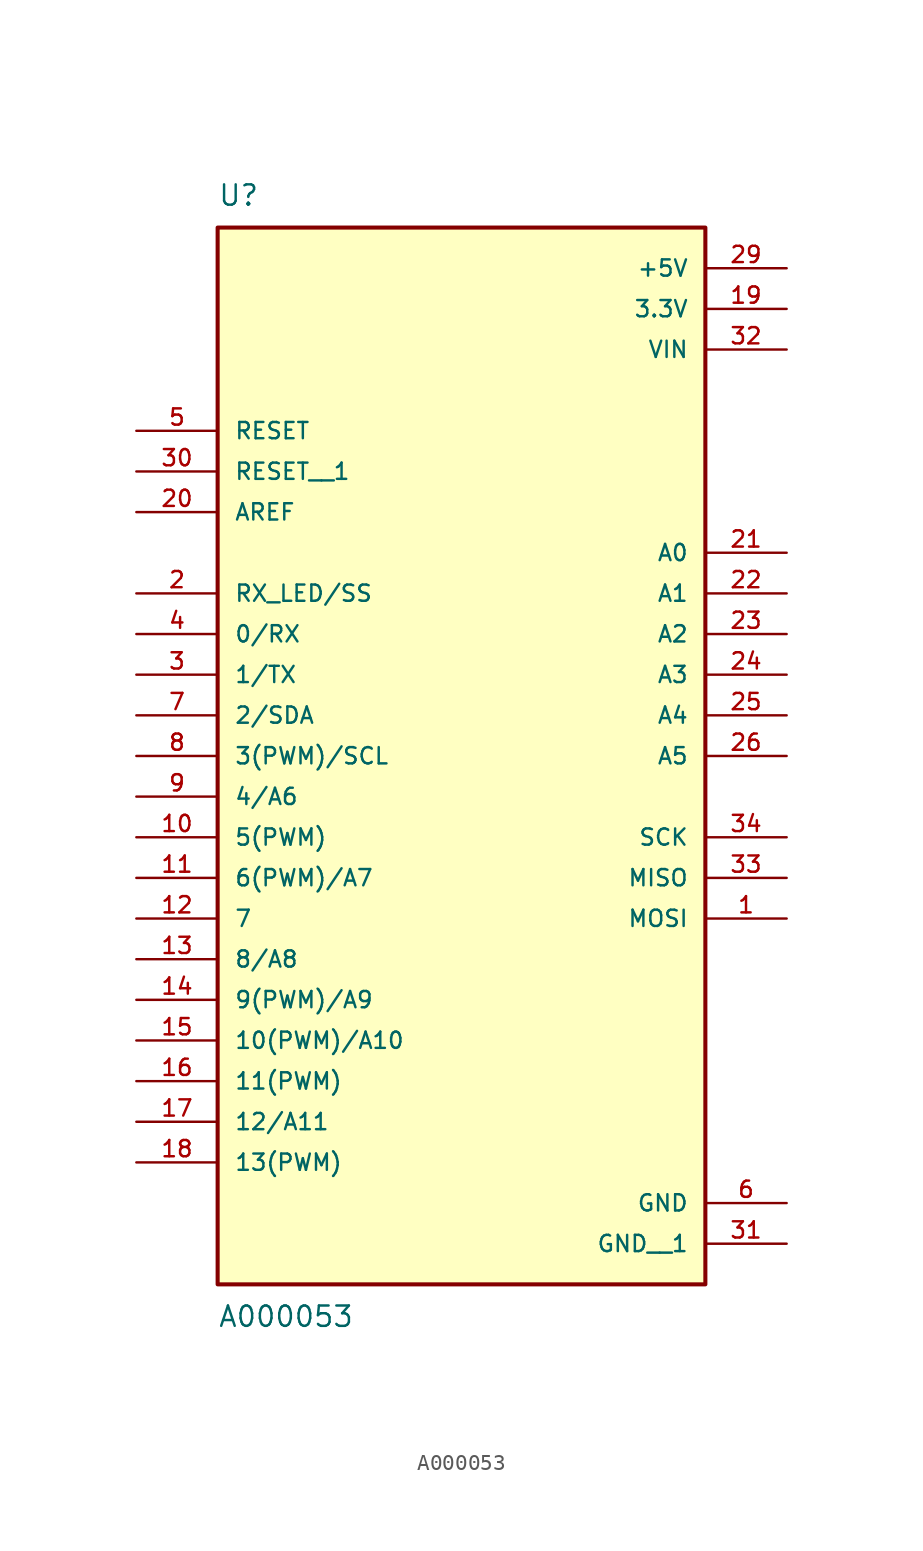
<source format=kicad_sym>
(kicad_symbol_lib
  (version 20211014)
  (generator kicad_symbol_editor)
  (symbol "A000053"
    (pin_names
      (offset 1.016))
    (property "Reference" "U"
      (at -15.24 31.75 0)
      (effects (font (size 1.27 1.27)) (justify bottom left)))
    (property "Value" "A000053"
      (at -15.24 -36.83 0)
      (effects (font (size 1.27 1.27)) (justify top left)))
    (symbol "A000053_0_0"
      (rectangle (start -15.24 -35.56) (end 15.24 30.48) (stroke (width 0.254)) (fill (type background)))
      (pin bidirectional line (at 20.32 -12.7 180.0) (length 5.08) (name "MOSI" (effects (font (size 1.016 1.016)))) (number "1" (effects (font (size 1.016 1.016)))))
      (pin bidirectional line (at -20.32 7.62 0) (length 5.08) (name "RX_LED/SS" (effects (font (size 1.016 1.016)))) (number "2" (effects (font (size 1.016 1.016)))))
      (pin bidirectional line (at -20.32 5.08 0) (length 5.08) (name "0/RX" (effects (font (size 1.016 1.016)))) (number "4" (effects (font (size 1.016 1.016)))))
      (pin bidirectional line (at -20.32 2.54 0) (length 5.08) (name "1/TX" (effects (font (size 1.016 1.016)))) (number "3" (effects (font (size 1.016 1.016)))))
      (pin input line (at -20.32 17.78 0) (length 5.08) (name "RESET" (effects (font (size 1.016 1.016)))) (number "5" (effects (font (size 1.016 1.016)))))
      (pin power_in line (at 20.32 -30.48 180.0) (length 5.08) (name "GND" (effects (font (size 1.016 1.016)))) (number "6" (effects (font (size 1.016 1.016)))))
      (pin bidirectional line (at -20.32 0.0 0) (length 5.08) (name "2/SDA" (effects (font (size 1.016 1.016)))) (number "7" (effects (font (size 1.016 1.016)))))
      (pin bidirectional line (at -20.32 -2.54 0) (length 5.08) (name "3(PWM)/SCL" (effects (font (size 1.016 1.016)))) (number "8" (effects (font (size 1.016 1.016)))))
      (pin bidirectional line (at -20.32 -5.08 0) (length 5.08) (name "4/A6" (effects (font (size 1.016 1.016)))) (number "9" (effects (font (size 1.016 1.016)))))
      (pin bidirectional line (at -20.32 -7.62 0) (length 5.08) (name "5(PWM)" (effects (font (size 1.016 1.016)))) (number "10" (effects (font (size 1.016 1.016)))))
      (pin bidirectional line (at -20.32 -10.16 0) (length 5.08) (name "6(PWM)/A7" (effects (font (size 1.016 1.016)))) (number "11" (effects (font (size 1.016 1.016)))))
      (pin bidirectional line (at -20.32 -12.7 0) (length 5.08) (name "7" (effects (font (size 1.016 1.016)))) (number "12" (effects (font (size 1.016 1.016)))))
      (pin bidirectional line (at -20.32 -17.78 0) (length 5.08) (name "9(PWM)/A9" (effects (font (size 1.016 1.016)))) (number "14" (effects (font (size 1.016 1.016)))))
      (pin bidirectional line (at -20.32 -20.32 0) (length 5.08) (name "10(PWM)/A10" (effects (font (size 1.016 1.016)))) (number "15" (effects (font (size 1.016 1.016)))))
      (pin bidirectional line (at -20.32 -22.86 0) (length 5.08) (name "11(PWM)" (effects (font (size 1.016 1.016)))) (number "16" (effects (font (size 1.016 1.016)))))
      (pin bidirectional line (at -20.32 -25.4 0) (length 5.08) (name "12/A11" (effects (font (size 1.016 1.016)))) (number "17" (effects (font (size 1.016 1.016)))))
      (pin bidirectional line (at -20.32 -27.94 0) (length 5.08) (name "13(PWM)" (effects (font (size 1.016 1.016)))) (number "18" (effects (font (size 1.016 1.016)))))
      (pin power_in line (at 20.32 25.4 180.0) (length 5.08) (name "3.3V" (effects (font (size 1.016 1.016)))) (number "19" (effects (font (size 1.016 1.016)))))
      (pin power_in line (at 20.32 27.94 180.0) (length 5.08) (name "+5V" (effects (font (size 1.016 1.016)))) (number "29" (effects (font (size 1.016 1.016)))))
      (pin power_in line (at 20.32 22.86 180.0) (length 5.08) (name "VIN" (effects (font (size 1.016 1.016)))) (number "32" (effects (font (size 1.016 1.016)))))
      (pin bidirectional line (at 20.32 -10.16 180.0) (length 5.08) (name "MISO" (effects (font (size 1.016 1.016)))) (number "33" (effects (font (size 1.016 1.016)))))
      (pin bidirectional line (at 20.32 -7.62 180.0) (length 5.08) (name "SCK" (effects (font (size 1.016 1.016)))) (number "34" (effects (font (size 1.016 1.016)))))
      (pin bidirectional line (at 20.32 10.16 180.0) (length 5.08) (name "A0" (effects (font (size 1.016 1.016)))) (number "21" (effects (font (size 1.016 1.016)))))
      (pin bidirectional line (at 20.32 7.62 180.0) (length 5.08) (name "A1" (effects (font (size 1.016 1.016)))) (number "22" (effects (font (size 1.016 1.016)))))
      (pin bidirectional line (at 20.32 5.08 180.0) (length 5.08) (name "A2" (effects (font (size 1.016 1.016)))) (number "23" (effects (font (size 1.016 1.016)))))
      (pin bidirectional line (at 20.32 2.54 180.0) (length 5.08) (name "A3" (effects (font (size 1.016 1.016)))) (number "24" (effects (font (size 1.016 1.016)))))
      (pin bidirectional line (at 20.32 0.0 180.0) (length 5.08) (name "A4" (effects (font (size 1.016 1.016)))) (number "25" (effects (font (size 1.016 1.016)))))
      (pin bidirectional line (at 20.32 -2.54 180.0) (length 5.08) (name "A5" (effects (font (size 1.016 1.016)))) (number "26" (effects (font (size 1.016 1.016)))))
      (pin input line (at -20.32 12.7 0) (length 5.08) (name "AREF" (effects (font (size 1.016 1.016)))) (number "20" (effects (font (size 1.016 1.016)))))
      (pin bidirectional line (at -20.32 -15.24 0) (length 5.08) (name "8/A8" (effects (font (size 1.016 1.016)))) (number "13" (effects (font (size 1.016 1.016)))))
      (pin input line (at -20.32 15.24 0) (length 5.08) (name "RESET__1" (effects (font (size 1.016 1.016)))) (number "30" (effects (font (size 1.016 1.016)))))
      (pin power_in line (at 20.32 -33.02 180.0) (length 5.08) (name "GND__1" (effects (font (size 1.016 1.016)))) (number "31" (effects (font (size 1.016 1.016))))))))
</source>
